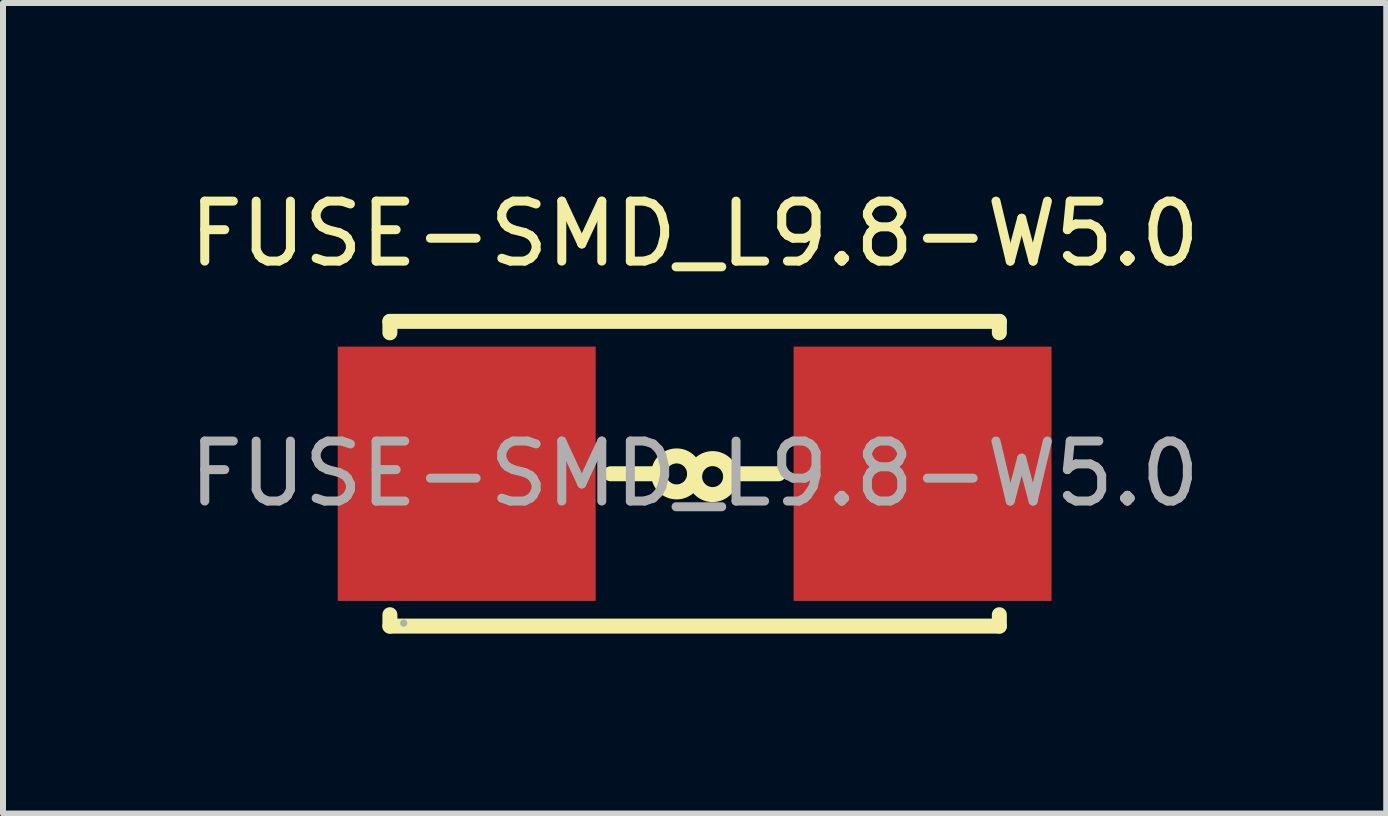
<source format=kicad_pcb>
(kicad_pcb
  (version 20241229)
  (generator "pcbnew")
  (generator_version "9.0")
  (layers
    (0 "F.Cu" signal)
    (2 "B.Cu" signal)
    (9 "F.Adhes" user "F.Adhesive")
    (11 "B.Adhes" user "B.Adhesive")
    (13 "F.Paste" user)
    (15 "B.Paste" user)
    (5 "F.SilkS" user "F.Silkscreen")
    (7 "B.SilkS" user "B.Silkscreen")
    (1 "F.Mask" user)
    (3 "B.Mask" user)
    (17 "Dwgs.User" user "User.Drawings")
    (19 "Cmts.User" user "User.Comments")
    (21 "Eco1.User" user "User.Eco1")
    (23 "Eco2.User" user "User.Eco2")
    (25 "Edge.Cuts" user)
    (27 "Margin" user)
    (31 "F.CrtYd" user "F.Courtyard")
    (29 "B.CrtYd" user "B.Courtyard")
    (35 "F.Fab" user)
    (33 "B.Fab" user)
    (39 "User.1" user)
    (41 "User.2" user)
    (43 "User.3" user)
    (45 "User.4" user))
  (footprint "FUSE-SMD_L9.8-W5.0"
    (layer "F.Cu")
    (at 8.53 4.848)
    (property "Reference" "FUSE-SMD_L9.8-W5.0" (at 0 -4 0) (layer "F.SilkS") (effects (font (size 1 1) (thickness 0.15))))
    (attr smd)
    (fp_line (start -5.08 -2.54) (end 5.08 -2.54) (stroke (width 0.25) (type solid)) (layer "F.SilkS"))
    (fp_line (start -5.08 -2.35) (end -5.08 -2.54) (stroke (width 0.25) (type solid)) (layer "F.SilkS"))
    (fp_line (start -5.08 2.54) (end -5.08 2.35) (stroke (width 0.25) (type solid)) (layer "F.SilkS"))
    (fp_line (start -1.4 0) (end -0.6 0) (stroke (width 0.25) (type solid)) (layer "F.SilkS"))
    (fp_line (start 1.4 0) (end 0.6 0) (stroke (width 0.25) (type solid)) (layer "F.SilkS"))
    (fp_line (start 5.08 -2.54) (end 5.08 -2.35) (stroke (width 0.25) (type solid)) (layer "F.SilkS"))
    (fp_line (start 5.08 2.35) (end 5.08 2.54) (stroke (width 0.25) (type solid)) (layer "F.SilkS"))
    (fp_line (start 5.08 2.54) (end -5.08 2.54) (stroke (width 0.25) (type solid)) (layer "F.SilkS"))
    (fp_arc (start -0.000046 0.005236) (mid -0.599988 -0.002618) (end 0 0) (stroke (width 0.25) (type solid)) (layer "F.SilkS"))
    (fp_arc (start 0.000046 0.044764) (mid 0.599988 0.052618) (end 0 0.05) (stroke (width 0.25) (type solid)) (layer "F.SilkS"))
    (fp_circle (center -4.85 2.49) (end -4.82 2.49) (stroke (width 0.06) (type solid)) (fill no) (layer "F.Fab"))
    (fp_text user "${REFERENCE}" (at 0 0 0) (layer "F.Fab") (effects (font (size 1 1) (thickness 0.15))))
    (pad "1" smd rect (at -3.8 0) (size 4.3 4.24) (layers "F.Cu" "F.Mask" "F.Paste"))
    (pad "2" smd rect (at 3.8 0) (size 4.3 4.24) (layers "F.Cu" "F.Mask" "F.Paste")))
  (gr_rect
    (start -3 -3)
    (end 20.06 10.513)
    (stroke (width 0.1) (type default))
    (fill no)
    (layer "Edge.Cuts")))
</source>
